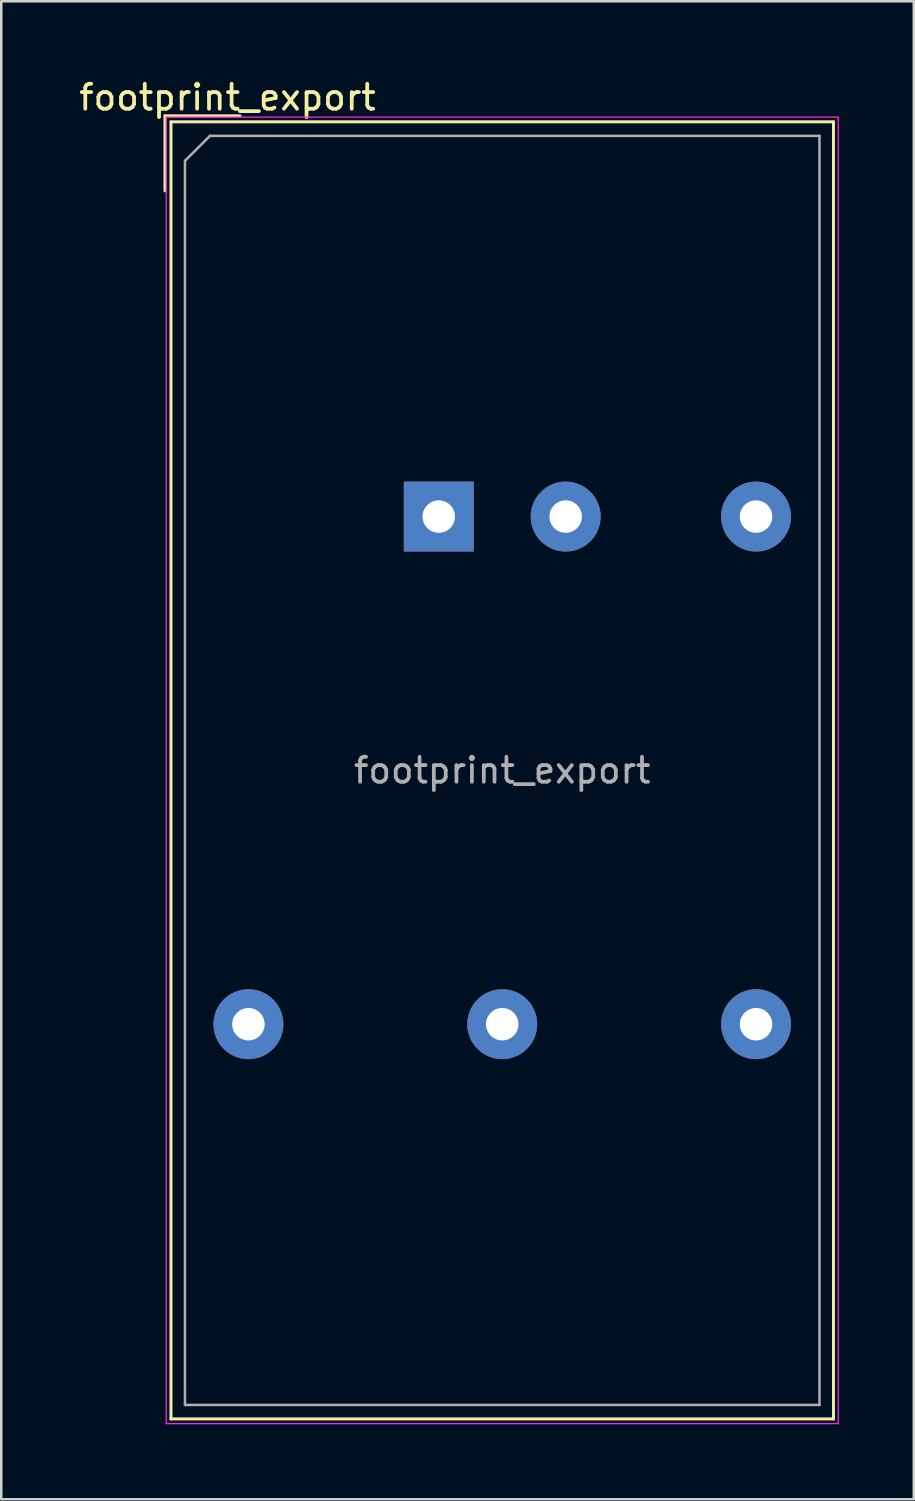
<source format=kicad_pcb>
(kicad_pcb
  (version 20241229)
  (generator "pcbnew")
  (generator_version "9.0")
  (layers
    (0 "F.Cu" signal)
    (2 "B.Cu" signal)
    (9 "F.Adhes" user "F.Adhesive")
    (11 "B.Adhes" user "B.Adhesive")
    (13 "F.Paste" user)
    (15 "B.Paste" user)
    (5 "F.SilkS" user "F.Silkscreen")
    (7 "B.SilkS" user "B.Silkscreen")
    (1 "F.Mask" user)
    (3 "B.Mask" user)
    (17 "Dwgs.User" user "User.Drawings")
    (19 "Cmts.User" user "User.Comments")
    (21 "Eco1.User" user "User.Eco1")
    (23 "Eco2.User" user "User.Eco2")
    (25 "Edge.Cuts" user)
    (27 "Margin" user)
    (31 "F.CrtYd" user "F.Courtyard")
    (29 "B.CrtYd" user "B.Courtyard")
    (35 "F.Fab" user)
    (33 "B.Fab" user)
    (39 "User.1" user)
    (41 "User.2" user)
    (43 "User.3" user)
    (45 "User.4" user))
  (footprint "footprint_export"
    (layer "F.Cu")
    (at 14.514 17.628)
    (property "Reference" "footprint_export" (at -8.46 -16.78 0) (layer "F.SilkS") (effects (font (size 1 1) (thickness 0.15))))
    (attr through_hole)
    (fp_line (start -10.96 -16.04) (end -7.96 -16.04) (stroke (width 0.12) (type solid)) (layer "F.SilkS"))
    (fp_line (start -10.96 -13.04) (end -10.96 -16.04) (stroke (width 0.12) (type solid)) (layer "F.SilkS"))
    (fp_line (start -10.72 -15.8) (end -10.72 36.12) (stroke (width 0.12) (type solid)) (layer "F.SilkS"))
    (fp_line (start -10.72 -15.8) (end 15.8 -15.8) (stroke (width 0.12) (type solid)) (layer "F.SilkS"))
    (fp_line (start -10.72 36.12) (end 15.8 36.12) (stroke (width 0.12) (type solid)) (layer "F.SilkS"))
    (fp_line (start 15.8 -15.8) (end 15.8 36.12) (stroke (width 0.12) (type solid)) (layer "F.SilkS"))
    (fp_line (start -10.91 -15.99) (end -10.91 36.31) (stroke (width 0.05) (type solid)) (layer "F.CrtYd"))
    (fp_line (start -10.91 -15.99) (end 15.99 -15.99) (stroke (width 0.05) (type solid)) (layer "F.CrtYd"))
    (fp_line (start -10.91 36.31) (end 15.99 36.31) (stroke (width 0.05) (type solid)) (layer "F.CrtYd"))
    (fp_line (start 15.99 -15.99) (end 15.99 36.31) (stroke (width 0.05) (type solid)) (layer "F.CrtYd"))
    (fp_line (start -10.16 -14.24) (end -9.16 -15.24) (stroke (width 0.1) (type solid)) (layer "F.Fab"))
    (fp_line (start -10.16 35.56) (end -10.16 -14.24) (stroke (width 0.1) (type solid)) (layer "F.Fab"))
    (fp_line (start -9.16 -15.24) (end 15.24 -15.24) (stroke (width 0.1) (type solid)) (layer "F.Fab"))
    (fp_line (start 15.24 -15.24) (end 15.24 35.56) (stroke (width 0.1) (type solid)) (layer "F.Fab"))
    (fp_line (start 15.24 35.56) (end -10.16 35.56) (stroke (width 0.1) (type solid)) (layer "F.Fab"))
    (fp_text user "${REFERENCE}" (at 2.54 10.16 0) (layer "F.Fab") (effects (font (size 1 1) (thickness 0.15))))
    (pad "1" thru_hole rect (at 0 0) (size 2.8 2.8) (drill 1.3) (layers "*.Cu" "*.Mask"))
    (pad "2" thru_hole circle (at 5.08 0) (size 2.8 2.8) (drill 1.3) (layers "*.Cu" "*.Mask"))
    (pad "3" thru_hole circle (at -7.62 20.32) (size 2.8 2.8) (drill 1.3) (layers "*.Cu" "*.Mask"))
    (pad "4" thru_hole circle (at 2.54 20.32) (size 2.8 2.8) (drill 1.3) (layers "*.Cu" "*.Mask"))
    (pad "5" thru_hole circle (at 12.7 20.32) (size 2.8 2.8) (drill 1.3) (layers "*.Cu" "*.Mask"))
    (pad "6" thru_hole circle (at 12.7 0) (size 2.8 2.8) (drill 1.3) (layers "*.Cu" "*.Mask")))
  (gr_rect
    (start -3 -3)
    (end 33.529 56.963)
    (stroke (width 0.1) (type default))
    (fill no)
    (layer "Edge.Cuts")))
</source>
